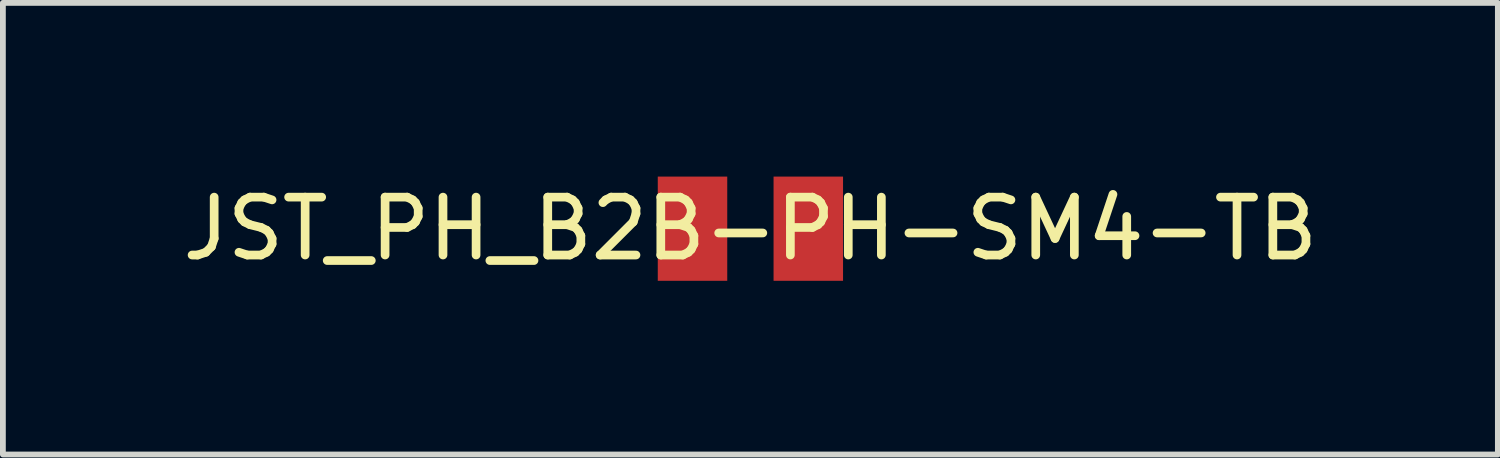
<source format=kicad_pcb>
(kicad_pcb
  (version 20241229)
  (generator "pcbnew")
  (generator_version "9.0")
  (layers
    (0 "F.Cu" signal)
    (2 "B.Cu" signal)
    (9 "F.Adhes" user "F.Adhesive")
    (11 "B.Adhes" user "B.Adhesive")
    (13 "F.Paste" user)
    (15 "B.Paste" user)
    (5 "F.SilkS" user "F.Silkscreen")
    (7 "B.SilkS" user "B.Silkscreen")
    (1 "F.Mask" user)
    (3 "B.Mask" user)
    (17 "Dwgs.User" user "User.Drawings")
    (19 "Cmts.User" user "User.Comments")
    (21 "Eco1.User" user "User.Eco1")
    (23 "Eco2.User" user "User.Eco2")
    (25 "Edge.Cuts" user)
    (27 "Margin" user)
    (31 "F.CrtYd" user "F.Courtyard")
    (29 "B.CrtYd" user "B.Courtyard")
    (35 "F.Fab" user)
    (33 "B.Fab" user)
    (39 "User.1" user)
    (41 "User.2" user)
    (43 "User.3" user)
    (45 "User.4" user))
  (footprint "JST_PH_B2B-PH-SM4-TB"
    (layer "F.Cu")
    (at 9.911 0.9)
    (property "Reference" "JST_PH_B2B-PH-SM4-TB" (at 0 0 0) (layer "F.SilkS") (effects (font (size 1 1) (thickness 0.15))))
    (attr smd)
    (pad "1" smd rect (at -1 0) (size 1.2 1.8) (layers "F.Cu" "F.Mask" "F.Paste"))
    (pad "2" smd rect (at 1 0) (size 1.2 1.8) (layers "F.Cu" "F.Mask" "F.Paste")))
  (gr_rect
    (start -3 -3)
    (end 22.821 4.8)
    (stroke (width 0.1) (type default))
    (fill no)
    (layer "Edge.Cuts")))
</source>
